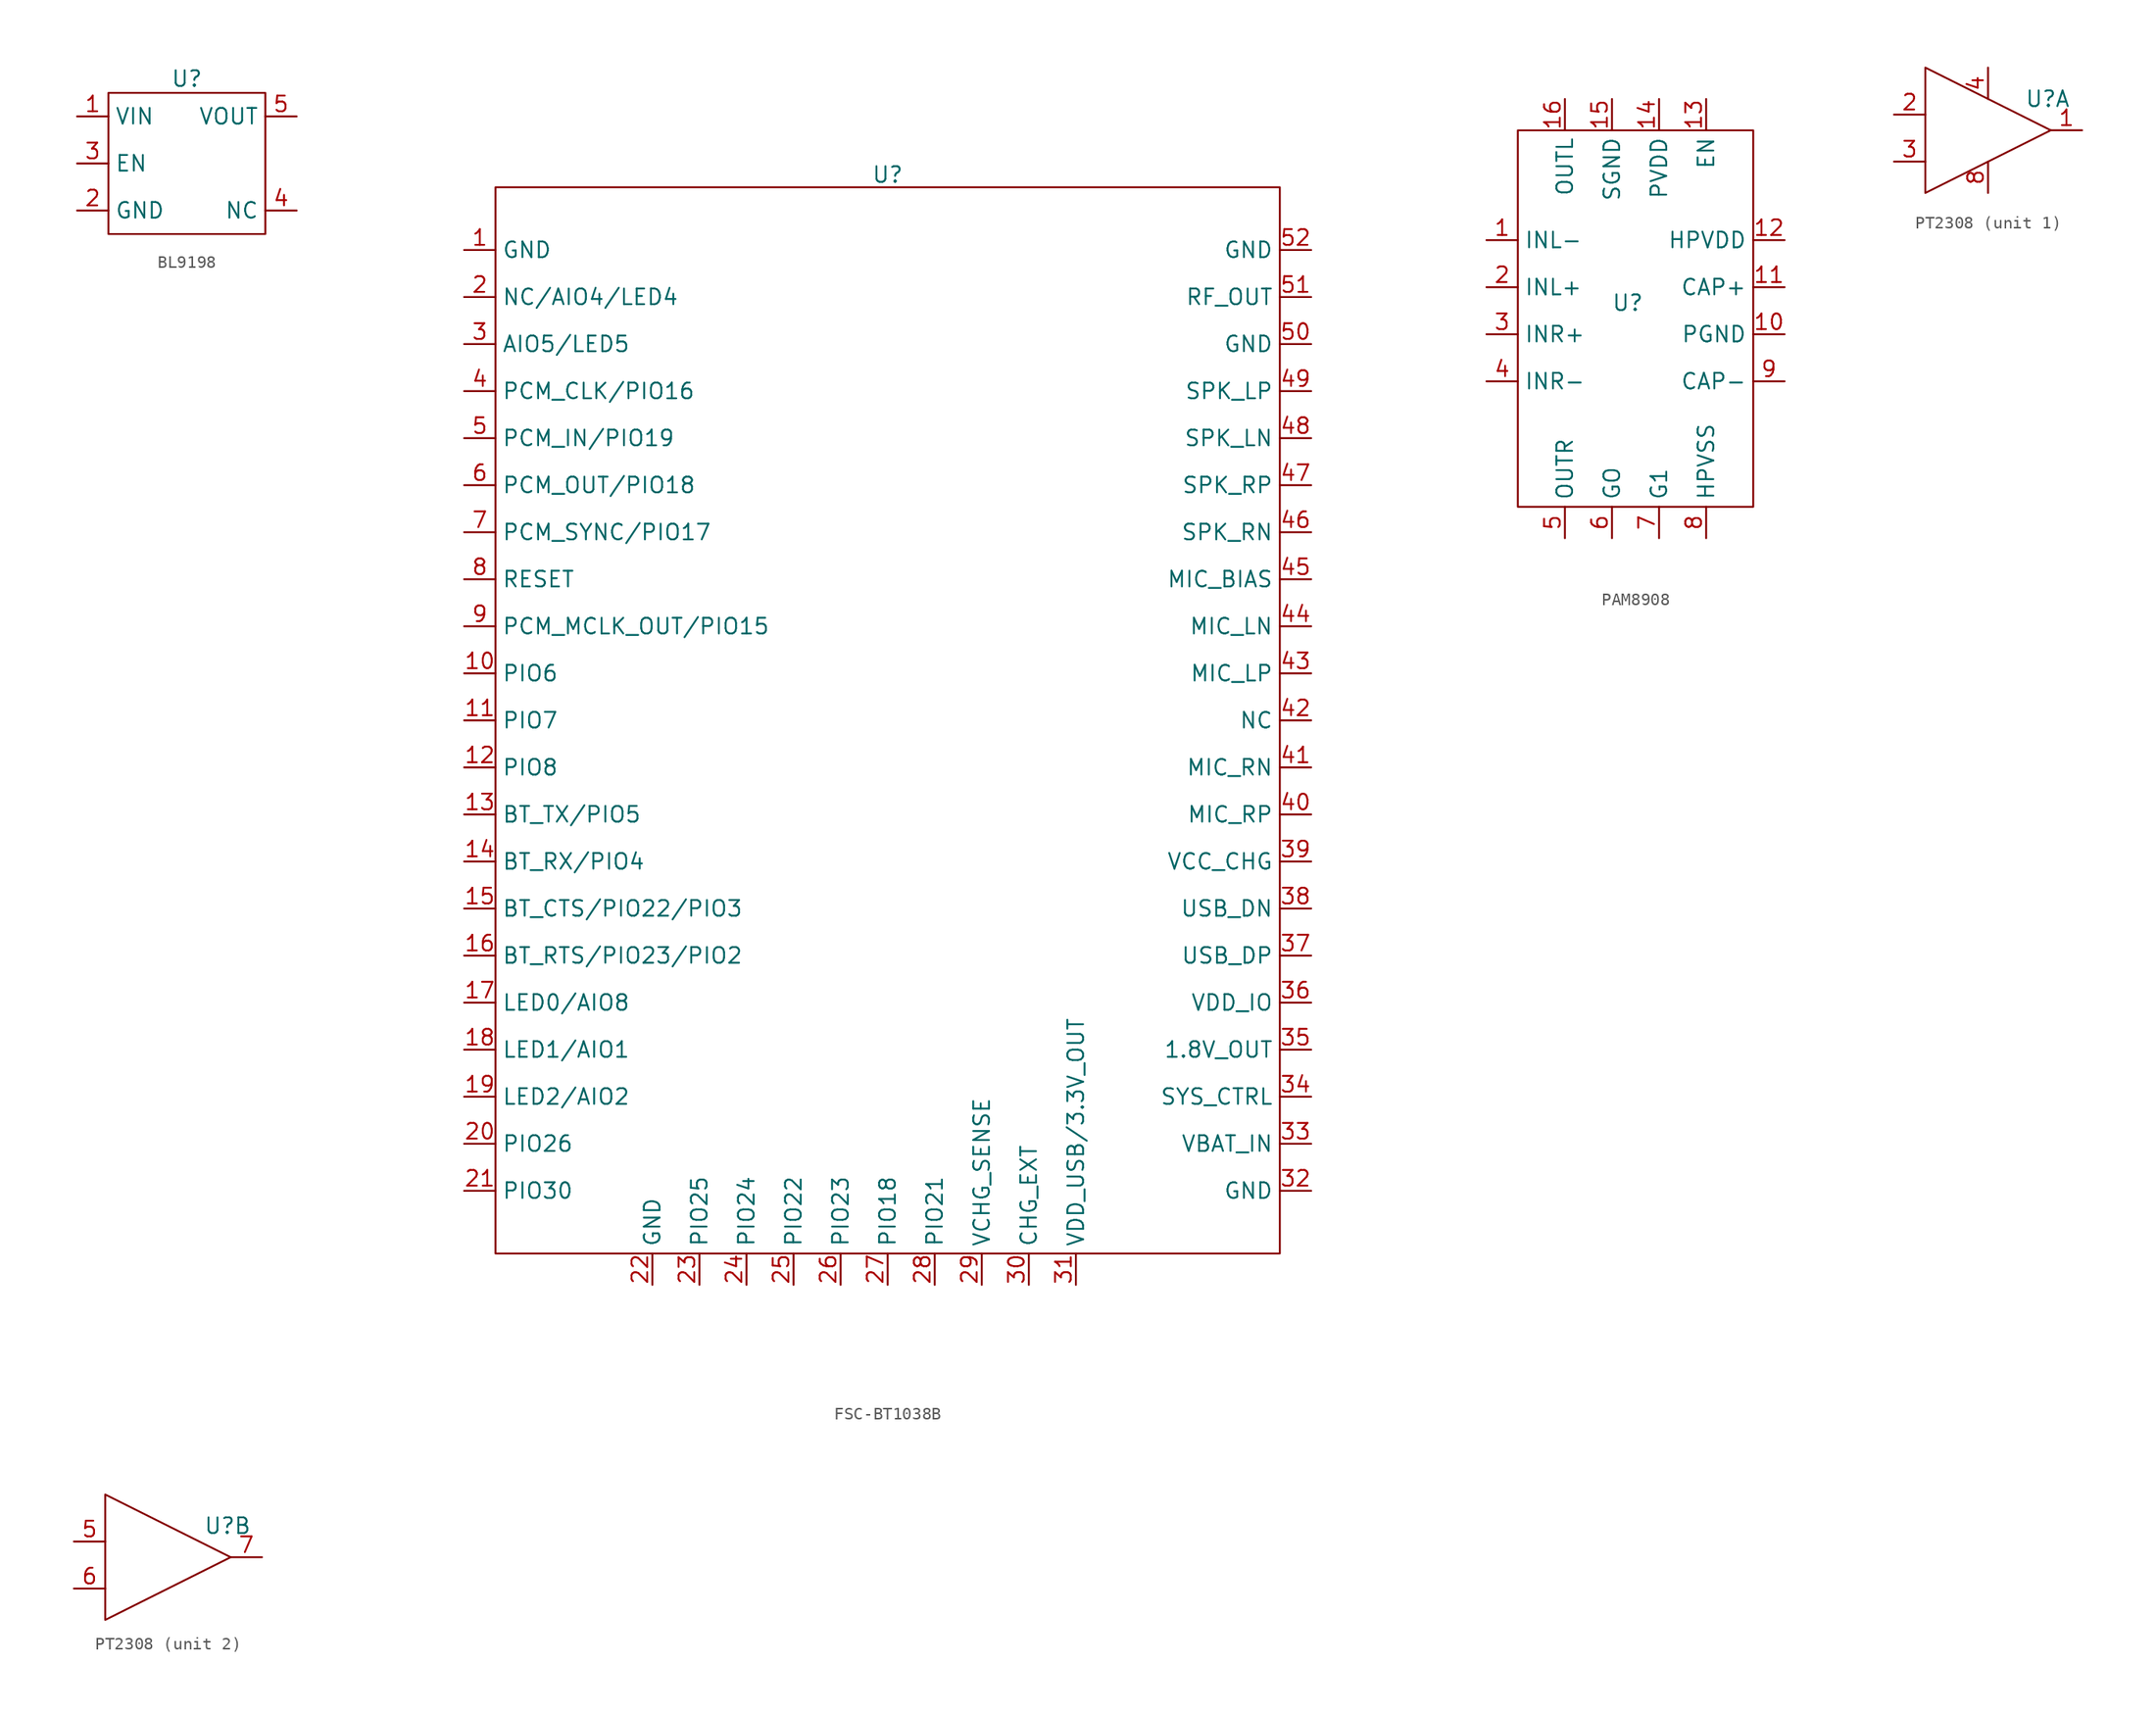
<source format=kicad_sym>
(kicad_symbol_lib
  (version 20231120)
  (generator "kicad_symbol_editor")
  (generator_version "8.0")
  (symbol "BL9198"
    (property "Reference" "U"
      (at 0 6.858 0)
      (effects (font (size 1.27 1.27))))
    (property "Value" ""
      (at 0 6.35 0)
      (effects (font (size 1.27 1.27))))
    (symbol "BL9198_0_1"
      (rectangle (start -6.35 5.715) (end 6.35 -5.715) (stroke (width 0) (type default)) (fill (type none))))
    (symbol "BL9198_1_1"
      (pin input line (at -8.89 3.81 0) (length 2.54) (name "VIN" (effects (font (size 1.27 1.27)))) (number "1" (effects (font (size 1.27 1.27)))))
      (pin input line (at -8.89 -3.81 0) (length 2.54) (name "GND" (effects (font (size 1.27 1.27)))) (number "2" (effects (font (size 1.27 1.27)))))
      (pin input line (at -8.89 0 0) (length 2.54) (name "EN" (effects (font (size 1.27 1.27)))) (number "3" (effects (font (size 1.27 1.27)))))
      (pin input line (at 8.89 -3.81 180) (length 2.54) (name "NC" (effects (font (size 1.27 1.27)))) (number "4" (effects (font (size 1.27 1.27)))))
      (pin input line (at 8.89 3.81 180) (length 2.54) (name "VOUT" (effects (font (size 1.27 1.27)))) (number "5" (effects (font (size 1.27 1.27)))))))
  (symbol "FSC-BT1038B"
    (property "Reference" "U"
      (at 0 44.196 0)
      (effects (font (size 1.27 1.27))))
    (property "Value" ""
      (at -19.558 42.672 0)
      (effects (font (size 1.27 1.27))))
    (symbol "FSC-BT1038B_0_1"
      (rectangle (start -31.75 43.18) (end 31.75 -43.18) (stroke (width 0) (type default)) (fill (type none))))
    (symbol "FSC-BT1038B_1_1"
      (pin input line (at -34.29 38.1 0) (length 2.54) (name "GND" (effects (font (size 1.27 1.27)))) (number "1" (effects (font (size 1.27 1.27)))))
      (pin input line (at -34.29 3.81 0) (length 2.54) (name "PIO6" (effects (font (size 1.27 1.27)))) (number "10" (effects (font (size 1.27 1.27)))))
      (pin input line (at -34.29 0 0) (length 2.54) (name "PIO7" (effects (font (size 1.27 1.27)))) (number "11" (effects (font (size 1.27 1.27)))))
      (pin input line (at -34.29 -3.81 0) (length 2.54) (name "PIO8" (effects (font (size 1.27 1.27)))) (number "12" (effects (font (size 1.27 1.27)))))
      (pin input line (at -34.29 -7.62 0) (length 2.54) (name "BT_TX/PIO5" (effects (font (size 1.27 1.27)))) (number "13" (effects (font (size 1.27 1.27)))))
      (pin input line (at -34.29 -11.43 0) (length 2.54) (name "BT_RX/PIO4" (effects (font (size 1.27 1.27)))) (number "14" (effects (font (size 1.27 1.27)))))
      (pin input line (at -34.29 -15.24 0) (length 2.54) (name "BT_CTS/PIO22/PIO3" (effects (font (size 1.27 1.27)))) (number "15" (effects (font (size 1.27 1.27)))))
      (pin input line (at -34.29 -19.05 0) (length 2.54) (name "BT_RTS/PIO23/PIO2" (effects (font (size 1.27 1.27)))) (number "16" (effects (font (size 1.27 1.27)))))
      (pin input line (at -34.29 -22.86 0) (length 2.54) (name "LED0/AIO8" (effects (font (size 1.27 1.27)))) (number "17" (effects (font (size 1.27 1.27)))))
      (pin input line (at -34.29 -26.67 0) (length 2.54) (name "LED1/AIO1" (effects (font (size 1.27 1.27)))) (number "18" (effects (font (size 1.27 1.27)))))
      (pin input line (at -34.29 -30.48 0) (length 2.54) (name "LED2/AIO2" (effects (font (size 1.27 1.27)))) (number "19" (effects (font (size 1.27 1.27)))))
      (pin input line (at -34.29 34.29 0) (length 2.54) (name "NC/AIO4/LED4" (effects (font (size 1.27 1.27)))) (number "2" (effects (font (size 1.27 1.27)))))
      (pin input line (at -34.29 -34.29 0) (length 2.54) (name "PIO26" (effects (font (size 1.27 1.27)))) (number "20" (effects (font (size 1.27 1.27)))))
      (pin input line (at -34.29 -38.1 0) (length 2.54) (name "PIO30" (effects (font (size 1.27 1.27)))) (number "21" (effects (font (size 1.27 1.27)))))
      (pin input line (at -19.05 -45.72 90) (length 2.54) (name "GND" (effects (font (size 1.27 1.27)))) (number "22" (effects (font (size 1.27 1.27)))))
      (pin input line (at -15.24 -45.72 90) (length 2.54) (name "PIO25" (effects (font (size 1.27 1.27)))) (number "23" (effects (font (size 1.27 1.27)))))
      (pin input line (at -11.43 -45.72 90) (length 2.54) (name "PIO24" (effects (font (size 1.27 1.27)))) (number "24" (effects (font (size 1.27 1.27)))))
      (pin input line (at -7.62 -45.72 90) (length 2.54) (name "PIO22" (effects (font (size 1.27 1.27)))) (number "25" (effects (font (size 1.27 1.27)))))
      (pin input line (at -3.81 -45.72 90) (length 2.54) (name "PIO23" (effects (font (size 1.27 1.27)))) (number "26" (effects (font (size 1.27 1.27)))))
      (pin input line (at 0 -45.72 90) (length 2.54) (name "PIO18" (effects (font (size 1.27 1.27)))) (number "27" (effects (font (size 1.27 1.27)))))
      (pin input line (at 3.81 -45.72 90) (length 2.54) (name "PIO21" (effects (font (size 1.27 1.27)))) (number "28" (effects (font (size 1.27 1.27)))))
      (pin input line (at 7.62 -45.72 90) (length 2.54) (name "VCHG_SENSE" (effects (font (size 1.27 1.27)))) (number "29" (effects (font (size 1.27 1.27)))))
      (pin input line (at -34.29 30.48 0) (length 2.54) (name "AIO5/LED5" (effects (font (size 1.27 1.27)))) (number "3" (effects (font (size 1.27 1.27)))))
      (pin input line (at 11.43 -45.72 90) (length 2.54) (name "CHG_EXT" (effects (font (size 1.27 1.27)))) (number "30" (effects (font (size 1.27 1.27)))))
      (pin input line (at 15.24 -45.72 90) (length 2.54) (name "VDD_USB/3.3V_OUT" (effects (font (size 1.27 1.27)))) (number "31" (effects (font (size 1.27 1.27)))))
      (pin input line (at 34.29 -38.1 180) (length 2.54) (name "GND" (effects (font (size 1.27 1.27)))) (number "32" (effects (font (size 1.27 1.27)))))
      (pin input line (at 34.29 -34.29 180) (length 2.54) (name "VBAT_IN" (effects (font (size 1.27 1.27)))) (number "33" (effects (font (size 1.27 1.27)))))
      (pin input line (at 34.29 -30.48 180) (length 2.54) (name "SYS_CTRL" (effects (font (size 1.27 1.27)))) (number "34" (effects (font (size 1.27 1.27)))))
      (pin input line (at 34.29 -26.67 180) (length 2.54) (name "1.8V_OUT" (effects (font (size 1.27 1.27)))) (number "35" (effects (font (size 1.27 1.27)))))
      (pin input line (at 34.29 -22.86 180) (length 2.54) (name "VDD_IO" (effects (font (size 1.27 1.27)))) (number "36" (effects (font (size 1.27 1.27)))))
      (pin input line (at 34.29 -19.05 180) (length 2.54) (name "USB_DP" (effects (font (size 1.27 1.27)))) (number "37" (effects (font (size 1.27 1.27)))))
      (pin input line (at 34.29 -15.24 180) (length 2.54) (name "USB_DN" (effects (font (size 1.27 1.27)))) (number "38" (effects (font (size 1.27 1.27)))))
      (pin input line (at 34.29 -11.43 180) (length 2.54) (name "VCC_CHG" (effects (font (size 1.27 1.27)))) (number "39" (effects (font (size 1.27 1.27)))))
      (pin input line (at -34.29 26.67 0) (length 2.54) (name "PCM_CLK/PIO16" (effects (font (size 1.27 1.27)))) (number "4" (effects (font (size 1.27 1.27)))))
      (pin input line (at 34.29 -7.62 180) (length 2.54) (name "MIC_RP" (effects (font (size 1.27 1.27)))) (number "40" (effects (font (size 1.27 1.27)))))
      (pin input line (at 34.29 -3.81 180) (length 2.54) (name "MIC_RN" (effects (font (size 1.27 1.27)))) (number "41" (effects (font (size 1.27 1.27)))))
      (pin input line (at 34.29 0 180) (length 2.54) (name "NC" (effects (font (size 1.27 1.27)))) (number "42" (effects (font (size 1.27 1.27)))))
      (pin input line (at 34.29 3.81 180) (length 2.54) (name "MIC_LP" (effects (font (size 1.27 1.27)))) (number "43" (effects (font (size 1.27 1.27)))))
      (pin input line (at 34.29 7.62 180) (length 2.54) (name "MIC_LN" (effects (font (size 1.27 1.27)))) (number "44" (effects (font (size 1.27 1.27)))))
      (pin input line (at 34.29 11.43 180) (length 2.54) (name "MIC_BIAS" (effects (font (size 1.27 1.27)))) (number "45" (effects (font (size 1.27 1.27)))))
      (pin input line (at 34.29 15.24 180) (length 2.54) (name "SPK_RN" (effects (font (size 1.27 1.27)))) (number "46" (effects (font (size 1.27 1.27)))))
      (pin input line (at 34.29 19.05 180) (length 2.54) (name "SPK_RP" (effects (font (size 1.27 1.27)))) (number "47" (effects (font (size 1.27 1.27)))))
      (pin input line (at 34.29 22.86 180) (length 2.54) (name "SPK_LN" (effects (font (size 1.27 1.27)))) (number "48" (effects (font (size 1.27 1.27)))))
      (pin input line (at 34.29 26.67 180) (length 2.54) (name "SPK_LP" (effects (font (size 1.27 1.27)))) (number "49" (effects (font (size 1.27 1.27)))))
      (pin input line (at -34.29 22.86 0) (length 2.54) (name "PCM_IN/PIO19" (effects (font (size 1.27 1.27)))) (number "5" (effects (font (size 1.27 1.27)))))
      (pin input line (at 34.29 30.48 180) (length 2.54) (name "GND" (effects (font (size 1.27 1.27)))) (number "50" (effects (font (size 1.27 1.27)))))
      (pin input line (at 34.29 34.29 180) (length 2.54) (name "RF_OUT" (effects (font (size 1.27 1.27)))) (number "51" (effects (font (size 1.27 1.27)))))
      (pin input line (at 34.29 38.1 180) (length 2.54) (name "GND" (effects (font (size 1.27 1.27)))) (number "52" (effects (font (size 1.27 1.27)))))
      (pin input line (at -34.29 19.05 0) (length 2.54) (name "PCM_OUT/PIO18" (effects (font (size 1.27 1.27)))) (number "6" (effects (font (size 1.27 1.27)))))
      (pin input line (at -34.29 15.24 0) (length 2.54) (name "PCM_SYNC/PIO17" (effects (font (size 1.27 1.27)))) (number "7" (effects (font (size 1.27 1.27)))))
      (pin input line (at -34.29 11.43 0) (length 2.54) (name "RESET" (effects (font (size 1.27 1.27)))) (number "8" (effects (font (size 1.27 1.27)))))
      (pin input line (at -34.29 7.62 0) (length 2.54) (name "PCM_MCLK_OUT/PIO15" (effects (font (size 1.27 1.27)))) (number "9" (effects (font (size 1.27 1.27)))))))
  (symbol "PAM8908"
    (property "Reference" "U"
      (at 0 0 0)
      (effects (font (size 1.27 1.27))))
    (property "Value" ""
      (at -11.43 3.81 0)
      (effects (font (size 1.27 1.27))))
    (symbol "PAM8908_0_1"
      (rectangle (start -8.89 13.97) (end 10.16 -16.51) (stroke (width 0) (type default)) (fill (type none))))
    (symbol "PAM8908_1_1"
      (pin input line (at -11.43 5.08 0) (length 2.54) (name "INL-" (effects (font (size 1.27 1.27)))) (number "1" (effects (font (size 1.27 1.27)))))
      (pin input line (at 12.7 -2.54 180) (length 2.54) (name "PGND" (effects (font (size 1.27 1.27)))) (number "10" (effects (font (size 1.27 1.27)))))
      (pin input line (at 12.7 1.27 180) (length 2.54) (name "CAP+" (effects (font (size 1.27 1.27)))) (number "11" (effects (font (size 1.27 1.27)))))
      (pin input line (at 12.7 5.08 180) (length 2.54) (name "HPVDD" (effects (font (size 1.27 1.27)))) (number "12" (effects (font (size 1.27 1.27)))))
      (pin input line (at 6.35 16.51 270) (length 2.54) (name "EN" (effects (font (size 1.27 1.27)))) (number "13" (effects (font (size 1.27 1.27)))))
      (pin input line (at 2.54 16.51 270) (length 2.54) (name "PVDD" (effects (font (size 1.27 1.27)))) (number "14" (effects (font (size 1.27 1.27)))))
      (pin input line (at -1.27 16.51 270) (length 2.54) (name "SGND" (effects (font (size 1.27 1.27)))) (number "15" (effects (font (size 1.27 1.27)))))
      (pin input line (at -5.08 16.51 270) (length 2.54) (name "OUTL" (effects (font (size 1.27 1.27)))) (number "16" (effects (font (size 1.27 1.27)))))
      (pin input line (at -11.43 1.27 0) (length 2.54) (name "INL+" (effects (font (size 1.27 1.27)))) (number "2" (effects (font (size 1.27 1.27)))))
      (pin input line (at -11.43 -2.54 0) (length 2.54) (name "INR+" (effects (font (size 1.27 1.27)))) (number "3" (effects (font (size 1.27 1.27)))))
      (pin input line (at -11.43 -6.35 0) (length 2.54) (name "INR-" (effects (font (size 1.27 1.27)))) (number "4" (effects (font (size 1.27 1.27)))))
      (pin input line (at -5.08 -19.05 90) (length 2.54) (name "OUTR" (effects (font (size 1.27 1.27)))) (number "5" (effects (font (size 1.27 1.27)))))
      (pin input line (at -1.27 -19.05 90) (length 2.54) (name "GO" (effects (font (size 1.27 1.27)))) (number "6" (effects (font (size 1.27 1.27)))))
      (pin input line (at 2.54 -19.05 90) (length 2.54) (name "G1" (effects (font (size 1.27 1.27)))) (number "7" (effects (font (size 1.27 1.27)))))
      (pin input line (at 6.35 -19.05 90) (length 2.54) (name "HPVSS" (effects (font (size 1.27 1.27)))) (number "8" (effects (font (size 1.27 1.27)))))
      (pin input line (at 12.7 -6.35 180) (length 2.54) (name "CAP-" (effects (font (size 1.27 1.27)))) (number "9" (effects (font (size 1.27 1.27)))))))
  (symbol "PT2308"
    (property "Reference" "U"
      (at 4.826 2.54 0)
      (effects (font (size 1.27 1.27))))
    (property "Value" ""
      (at 0 0 0)
      (effects (font (size 1.27 1.27))))
    (property "ki_locked" ""
      (at 0 0 0)
      (effects (font (size 1.27 1.27))))
    (symbol "PT2308_1_1"
      (polyline (pts (xy -5.08 5.08) (xy -5.08 -5.08) (xy 5.08 0) (xy -5.08 5.08)) (stroke (width 0) (type default)) (fill (type none)))
      (pin input line (at 7.62 0 180) (length 2.54) (name "" (effects (font (size 1.27 1.27)))) (number "1" (effects (font (size 1.27 1.27)))))
      (pin input line (at -7.62 1.27 0) (length 2.54) (name "" (effects (font (size 1.27 1.27)))) (number "2" (effects (font (size 1.27 1.27)))))
      (pin input line (at -7.62 -2.54 0) (length 2.54) (name "" (effects (font (size 1.27 1.27)))) (number "3" (effects (font (size 1.27 1.27)))))
      (pin input line (at 0 5.08 270) (length 2.54) (name "" (effects (font (size 1.27 1.27)))) (number "4" (effects (font (size 1.27 1.27)))))
      (pin input line (at 0 -5.08 90) (length 2.54) (name "" (effects (font (size 1.27 1.27)))) (number "8" (effects (font (size 1.27 1.27))))))
    (symbol "PT2308_2_1"
      (polyline (pts (xy -5.08 5.08) (xy -5.08 -5.08) (xy 5.08 0) (xy -5.08 5.08)) (stroke (width 0) (type default)) (fill (type none)))
      (pin input line (at -7.62 1.27 0) (length 2.54) (name "" (effects (font (size 1.27 1.27)))) (number "5" (effects (font (size 1.27 1.27)))))
      (pin input line (at -7.62 -2.54 0) (length 2.54) (name "" (effects (font (size 1.27 1.27)))) (number "6" (effects (font (size 1.27 1.27)))))
      (pin input line (at 7.62 0 180) (length 2.54) (name "" (effects (font (size 1.27 1.27)))) (number "7" (effects (font (size 1.27 1.27))))))))
</source>
